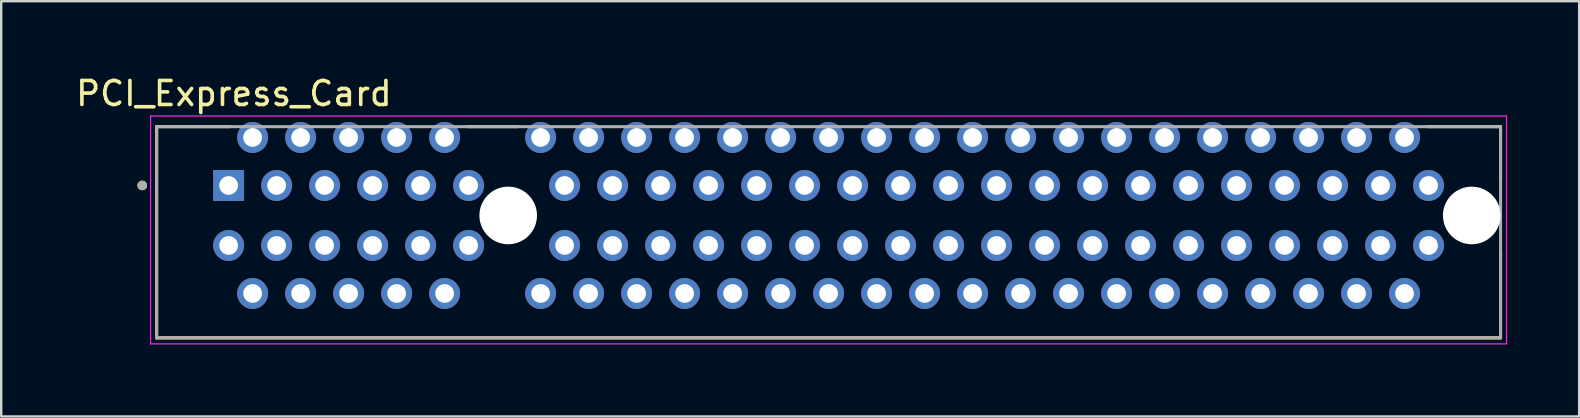
<source format=kicad_pcb>
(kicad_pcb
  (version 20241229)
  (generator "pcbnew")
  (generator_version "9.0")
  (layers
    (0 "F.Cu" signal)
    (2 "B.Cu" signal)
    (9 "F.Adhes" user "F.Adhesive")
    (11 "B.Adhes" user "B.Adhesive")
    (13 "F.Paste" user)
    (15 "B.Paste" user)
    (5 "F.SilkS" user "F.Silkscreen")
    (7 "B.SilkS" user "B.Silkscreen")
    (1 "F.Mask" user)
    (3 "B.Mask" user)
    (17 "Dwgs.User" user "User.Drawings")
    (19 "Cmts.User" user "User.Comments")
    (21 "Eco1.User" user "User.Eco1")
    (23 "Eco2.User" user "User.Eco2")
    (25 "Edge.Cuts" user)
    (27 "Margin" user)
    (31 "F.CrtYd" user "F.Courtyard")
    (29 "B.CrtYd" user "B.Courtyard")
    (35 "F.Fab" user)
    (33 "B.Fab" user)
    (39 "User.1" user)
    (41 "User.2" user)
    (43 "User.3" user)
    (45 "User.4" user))
  (footprint "PCI_Express_Card"
    (layer "F.Cu")
    (at 18.126 5.928)
    (property "Reference" "PCI_Express_Card" (at -11.43 -5.08 0) (layer "F.SilkS") (effects (font (size 1 1) (thickness 0.15))))
    (attr through_hole)
    (fp_line (start -14.65 -3.7) (end -11.614 -3.7) (stroke (width 0.127) (type solid)) (layer "F.SilkS"))
    (fp_line (start -14.65 5.1) (end -14.65 -3.7) (stroke (width 0.127) (type solid)) (layer "F.SilkS"))
    (fp_line (start -1.69 -3.7) (end 0.39 -3.7) (stroke (width 0.127) (type solid)) (layer "F.SilkS"))
    (fp_line (start 38.31 -3.7) (end 41.35 -3.7) (stroke (width 0.127) (type solid)) (layer "F.SilkS"))
    (fp_line (start 41.35 -3.7) (end 41.35 -1.52) (stroke (width 0.127) (type solid)) (layer "F.SilkS"))
    (fp_line (start 41.35 5.1) (end -14.65 5.1) (stroke (width 0.127) (type solid)) (layer "F.SilkS"))
    (fp_line (start 41.35 5.1) (end 41.35 1.52) (stroke (width 0.127) (type solid)) (layer "F.SilkS"))
    (fp_circle (center -15.25 -1.25) (end -15.15 -1.25) (stroke (width 0.2) (type solid)) (fill no) (layer "F.SilkS"))
    (fp_line (start -14.9 -4.144) (end -14.9 5.35) (stroke (width 0.05) (type solid)) (layer "F.CrtYd"))
    (fp_line (start -14.9 5.35) (end 41.6 5.35) (stroke (width 0.05) (type solid)) (layer "F.CrtYd"))
    (fp_line (start 41.6 -4.144) (end -14.9 -4.144) (stroke (width 0.05) (type solid)) (layer "F.CrtYd"))
    (fp_line (start 41.6 5.35) (end 41.6 -4.144) (stroke (width 0.05) (type solid)) (layer "F.CrtYd"))
    (fp_line (start -14.65 -3.7) (end 41.35 -3.7) (stroke (width 0.127) (type solid)) (layer "F.Fab"))
    (fp_line (start -14.65 5.1) (end -14.65 -3.7) (stroke (width 0.127) (type solid)) (layer "F.Fab"))
    (fp_line (start 41.35 -3.7) (end 41.35 5.1) (stroke (width 0.127) (type solid)) (layer "F.Fab"))
    (fp_line (start 41.35 5.1) (end -14.65 5.1) (stroke (width 0.127) (type solid)) (layer "F.Fab"))
    (fp_circle (center -15.25 -1.25) (end -15.15 -1.25) (stroke (width 0.2) (type solid)) (fill no) (layer "F.Fab"))
    (pad "" np_thru_hole circle (at 0 0) (size 2.4 2.4) (drill 2.4) (layers "*.Cu" "*.Mask"))
    (pad "" np_thru_hole circle (at 40.15 0) (size 2.4 2.4) (drill 2.4) (layers "*.Cu" "*.Mask"))
    (pad "A1" thru_hole rect (at -11.65 -1.25) (size 1.288 1.288) (drill 0.78) (layers "*.Cu" "*.Mask"))
    (pad "A2" thru_hole circle (at -10.65 -3.25) (size 1.288 1.288) (drill 0.78) (layers "*.Cu" "*.Mask"))
    (pad "A3" thru_hole circle (at -9.65 -1.25) (size 1.288 1.288) (drill 0.78) (layers "*.Cu" "*.Mask"))
    (pad "A4" thru_hole circle (at -8.65 -3.25) (size 1.288 1.288) (drill 0.78) (layers "*.Cu" "*.Mask"))
    (pad "A5" thru_hole circle (at -7.65 -1.25) (size 1.288 1.288) (drill 0.78) (layers "*.Cu" "*.Mask"))
    (pad "A6" thru_hole circle (at -6.65 -3.25) (size 1.288 1.288) (drill 0.78) (layers "*.Cu" "*.Mask"))
    (pad "A7" thru_hole circle (at -5.65 -1.25) (size 1.288 1.288) (drill 0.78) (layers "*.Cu" "*.Mask"))
    (pad "A8" thru_hole circle (at -4.65 -3.25) (size 1.288 1.288) (drill 0.78) (layers "*.Cu" "*.Mask"))
    (pad "A9" thru_hole circle (at -3.65 -1.25) (size 1.288 1.288) (drill 0.78) (layers "*.Cu" "*.Mask"))
    (pad "A10" thru_hole circle (at -2.65 -3.25) (size 1.288 1.288) (drill 0.78) (layers "*.Cu" "*.Mask"))
    (pad "A11" thru_hole circle (at -1.65 -1.25) (size 1.288 1.288) (drill 0.78) (layers "*.Cu" "*.Mask"))
    (pad "A12" thru_hole circle (at 1.35 -3.25) (size 1.288 1.288) (drill 0.78) (layers "*.Cu" "*.Mask"))
    (pad "A13" thru_hole circle (at 2.35 -1.25) (size 1.288 1.288) (drill 0.78) (layers "*.Cu" "*.Mask"))
    (pad "A14" thru_hole circle (at 3.35 -3.25) (size 1.288 1.288) (drill 0.78) (layers "*.Cu" "*.Mask"))
    (pad "A15" thru_hole circle (at 4.35 -1.25) (size 1.288 1.288) (drill 0.78) (layers "*.Cu" "*.Mask"))
    (pad "A16" thru_hole circle (at 5.35 -3.25) (size 1.288 1.288) (drill 0.78) (layers "*.Cu" "*.Mask"))
    (pad "A17" thru_hole circle (at 6.35 -1.25) (size 1.288 1.288) (drill 0.78) (layers "*.Cu" "*.Mask"))
    (pad "A18" thru_hole circle (at 7.35 -3.25) (size 1.288 1.288) (drill 0.78) (layers "*.Cu" "*.Mask"))
    (pad "A19" thru_hole circle (at 8.35 -1.25) (size 1.288 1.288) (drill 0.78) (layers "*.Cu" "*.Mask"))
    (pad "A20" thru_hole circle (at 9.35 -3.25) (size 1.288 1.288) (drill 0.78) (layers "*.Cu" "*.Mask"))
    (pad "A21" thru_hole circle (at 10.35 -1.25) (size 1.288 1.288) (drill 0.78) (layers "*.Cu" "*.Mask"))
    (pad "A22" thru_hole circle (at 11.35 -3.25) (size 1.288 1.288) (drill 0.78) (layers "*.Cu" "*.Mask"))
    (pad "A23" thru_hole circle (at 12.35 -1.25) (size 1.288 1.288) (drill 0.78) (layers "*.Cu" "*.Mask"))
    (pad "A24" thru_hole circle (at 13.35 -3.25) (size 1.288 1.288) (drill 0.78) (layers "*.Cu" "*.Mask"))
    (pad "A25" thru_hole circle (at 14.35 -1.25) (size 1.288 1.288) (drill 0.78) (layers "*.Cu" "*.Mask"))
    (pad "A26" thru_hole circle (at 15.35 -3.25) (size 1.288 1.288) (drill 0.78) (layers "*.Cu" "*.Mask"))
    (pad "A27" thru_hole circle (at 16.35 -1.25) (size 1.288 1.288) (drill 0.78) (layers "*.Cu" "*.Mask"))
    (pad "A28" thru_hole circle (at 17.35 -3.25) (size 1.288 1.288) (drill 0.78) (layers "*.Cu" "*.Mask"))
    (pad "A29" thru_hole circle (at 18.35 -1.25) (size 1.288 1.288) (drill 0.78) (layers "*.Cu" "*.Mask"))
    (pad "A30" thru_hole circle (at 19.35 -3.25) (size 1.288 1.288) (drill 0.78) (layers "*.Cu" "*.Mask"))
    (pad "A31" thru_hole circle (at 20.35 -1.25) (size 1.288 1.288) (drill 0.78) (layers "*.Cu" "*.Mask"))
    (pad "A32" thru_hole circle (at 21.35 -3.25) (size 1.288 1.288) (drill 0.78) (layers "*.Cu" "*.Mask"))
    (pad "A33" thru_hole circle (at 22.35 -1.25) (size 1.288 1.288) (drill 0.78) (layers "*.Cu" "*.Mask"))
    (pad "A34" thru_hole circle (at 23.35 -3.25) (size 1.288 1.288) (drill 0.78) (layers "*.Cu" "*.Mask"))
    (pad "A35" thru_hole circle (at 24.35 -1.25) (size 1.288 1.288) (drill 0.78) (layers "*.Cu" "*.Mask"))
    (pad "A36" thru_hole circle (at 25.35 -3.25) (size 1.288 1.288) (drill 0.78) (layers "*.Cu" "*.Mask"))
    (pad "A37" thru_hole circle (at 26.35 -1.25) (size 1.288 1.288) (drill 0.78) (layers "*.Cu" "*.Mask"))
    (pad "A38" thru_hole circle (at 27.35 -3.25) (size 1.288 1.288) (drill 0.78) (layers "*.Cu" "*.Mask"))
    (pad "A39" thru_hole circle (at 28.35 -1.25) (size 1.288 1.288) (drill 0.78) (layers "*.Cu" "*.Mask"))
    (pad "A40" thru_hole circle (at 29.35 -3.25) (size 1.288 1.288) (drill 0.78) (layers "*.Cu" "*.Mask"))
    (pad "A41" thru_hole circle (at 30.35 -1.25) (size 1.288 1.288) (drill 0.78) (layers "*.Cu" "*.Mask"))
    (pad "A42" thru_hole circle (at 31.35 -3.25) (size 1.288 1.288) (drill 0.78) (layers "*.Cu" "*.Mask"))
    (pad "A43" thru_hole circle (at 32.35 -1.25) (size 1.288 1.288) (drill 0.78) (layers "*.Cu" "*.Mask"))
    (pad "A44" thru_hole circle (at 33.35 -3.25) (size 1.288 1.288) (drill 0.78) (layers "*.Cu" "*.Mask"))
    (pad "A45" thru_hole circle (at 34.35 -1.25) (size 1.288 1.288) (drill 0.78) (layers "*.Cu" "*.Mask"))
    (pad "A46" thru_hole circle (at 35.35 -3.25) (size 1.288 1.288) (drill 0.78) (layers "*.Cu" "*.Mask"))
    (pad "A47" thru_hole circle (at 36.35 -1.25) (size 1.288 1.288) (drill 0.78) (layers "*.Cu" "*.Mask"))
    (pad "A48" thru_hole circle (at 37.35 -3.25) (size 1.288 1.288) (drill 0.78) (layers "*.Cu" "*.Mask"))
    (pad "A49" thru_hole circle (at 38.35 -1.25) (size 1.288 1.288) (drill 0.78) (layers "*.Cu" "*.Mask"))
    (pad "B1" thru_hole circle (at -11.65 1.25) (size 1.288 1.288) (drill 0.78) (layers "*.Cu" "*.Mask"))
    (pad "B2" thru_hole circle (at -10.65 3.25) (size 1.288 1.288) (drill 0.78) (layers "*.Cu" "*.Mask"))
    (pad "B3" thru_hole circle (at -9.65 1.25) (size 1.288 1.288) (drill 0.78) (layers "*.Cu" "*.Mask"))
    (pad "B4" thru_hole circle (at -8.65 3.25) (size 1.288 1.288) (drill 0.78) (layers "*.Cu" "*.Mask"))
    (pad "B5" thru_hole circle (at -7.65 1.25) (size 1.288 1.288) (drill 0.78) (layers "*.Cu" "*.Mask"))
    (pad "B6" thru_hole circle (at -6.65 3.25) (size 1.288 1.288) (drill 0.78) (layers "*.Cu" "*.Mask"))
    (pad "B7" thru_hole circle (at -5.65 1.25) (size 1.288 1.288) (drill 0.78) (layers "*.Cu" "*.Mask"))
    (pad "B8" thru_hole circle (at -4.65 3.25) (size 1.288 1.288) (drill 0.78) (layers "*.Cu" "*.Mask"))
    (pad "B9" thru_hole circle (at -3.65 1.25) (size 1.288 1.288) (drill 0.78) (layers "*.Cu" "*.Mask"))
    (pad "B10" thru_hole circle (at -2.65 3.25) (size 1.288 1.288) (drill 0.78) (layers "*.Cu" "*.Mask"))
    (pad "B11" thru_hole circle (at -1.65 1.25) (size 1.288 1.288) (drill 0.78) (layers "*.Cu" "*.Mask"))
    (pad "B12" thru_hole circle (at 1.35 3.25) (size 1.288 1.288) (drill 0.78) (layers "*.Cu" "*.Mask"))
    (pad "B13" thru_hole circle (at 2.35 1.25) (size 1.288 1.288) (drill 0.78) (layers "*.Cu" "*.Mask"))
    (pad "B14" thru_hole circle (at 3.35 3.25) (size 1.288 1.288) (drill 0.78) (layers "*.Cu" "*.Mask"))
    (pad "B15" thru_hole circle (at 4.35 1.25) (size 1.288 1.288) (drill 0.78) (layers "*.Cu" "*.Mask"))
    (pad "B16" thru_hole circle (at 5.35 3.25) (size 1.288 1.288) (drill 0.78) (layers "*.Cu" "*.Mask"))
    (pad "B17" thru_hole circle (at 6.35 1.25) (size 1.288 1.288) (drill 0.78) (layers "*.Cu" "*.Mask"))
    (pad "B18" thru_hole circle (at 7.35 3.25) (size 1.288 1.288) (drill 0.78) (layers "*.Cu" "*.Mask"))
    (pad "B19" thru_hole circle (at 8.35 1.25) (size 1.288 1.288) (drill 0.78) (layers "*.Cu" "*.Mask"))
    (pad "B20" thru_hole circle (at 9.35 3.25) (size 1.288 1.288) (drill 0.78) (layers "*.Cu" "*.Mask"))
    (pad "B21" thru_hole circle (at 10.35 1.25) (size 1.288 1.288) (drill 0.78) (layers "*.Cu" "*.Mask"))
    (pad "B22" thru_hole circle (at 11.35 3.25) (size 1.288 1.288) (drill 0.78) (layers "*.Cu" "*.Mask"))
    (pad "B23" thru_hole circle (at 12.35 1.25) (size 1.288 1.288) (drill 0.78) (layers "*.Cu" "*.Mask"))
    (pad "B24" thru_hole circle (at 13.35 3.25) (size 1.288 1.288) (drill 0.78) (layers "*.Cu" "*.Mask"))
    (pad "B25" thru_hole circle (at 14.35 1.25) (size 1.288 1.288) (drill 0.78) (layers "*.Cu" "*.Mask"))
    (pad "B26" thru_hole circle (at 15.35 3.25) (size 1.288 1.288) (drill 0.78) (layers "*.Cu" "*.Mask"))
    (pad "B27" thru_hole circle (at 16.35 1.25) (size 1.288 1.288) (drill 0.78) (layers "*.Cu" "*.Mask"))
    (pad "B28" thru_hole circle (at 17.35 3.25) (size 1.288 1.288) (drill 0.78) (layers "*.Cu" "*.Mask"))
    (pad "B29" thru_hole circle (at 18.35 1.25) (size 1.288 1.288) (drill 0.78) (layers "*.Cu" "*.Mask"))
    (pad "B30" thru_hole circle (at 19.35 3.25) (size 1.288 1.288) (drill 0.78) (layers "*.Cu" "*.Mask"))
    (pad "B31" thru_hole circle (at 20.35 1.25) (size 1.288 1.288) (drill 0.78) (layers "*.Cu" "*.Mask"))
    (pad "B32" thru_hole circle (at 21.35 3.25) (size 1.288 1.288) (drill 0.78) (layers "*.Cu" "*.Mask"))
    (pad "B33" thru_hole circle (at 22.35 1.25) (size 1.288 1.288) (drill 0.78) (layers "*.Cu" "*.Mask"))
    (pad "B34" thru_hole circle (at 23.35 3.25) (size 1.288 1.288) (drill 0.78) (layers "*.Cu" "*.Mask"))
    (pad "B35" thru_hole circle (at 24.35 1.25) (size 1.288 1.288) (drill 0.78) (layers "*.Cu" "*.Mask"))
    (pad "B36" thru_hole circle (at 25.35 3.25) (size 1.288 1.288) (drill 0.78) (layers "*.Cu" "*.Mask"))
    (pad "B37" thru_hole circle (at 26.35 1.25) (size 1.288 1.288) (drill 0.78) (layers "*.Cu" "*.Mask"))
    (pad "B38" thru_hole circle (at 27.35 3.25) (size 1.288 1.288) (drill 0.78) (layers "*.Cu" "*.Mask"))
    (pad "B39" thru_hole circle (at 28.35 1.25) (size 1.288 1.288) (drill 0.78) (layers "*.Cu" "*.Mask"))
    (pad "B40" thru_hole circle (at 29.35 3.25) (size 1.288 1.288) (drill 0.78) (layers "*.Cu" "*.Mask"))
    (pad "B41" thru_hole circle (at 30.35 1.25) (size 1.288 1.288) (drill 0.78) (layers "*.Cu" "*.Mask"))
    (pad "B42" thru_hole circle (at 31.35 3.25) (size 1.288 1.288) (drill 0.78) (layers "*.Cu" "*.Mask"))
    (pad "B43" thru_hole circle (at 32.35 1.25) (size 1.288 1.288) (drill 0.78) (layers "*.Cu" "*.Mask"))
    (pad "B44" thru_hole circle (at 33.35 3.25) (size 1.288 1.288) (drill 0.78) (layers "*.Cu" "*.Mask"))
    (pad "B45" thru_hole circle (at 34.35 1.25) (size 1.288 1.288) (drill 0.78) (layers "*.Cu" "*.Mask"))
    (pad "B46" thru_hole circle (at 35.35 3.25) (size 1.288 1.288) (drill 0.78) (layers "*.Cu" "*.Mask"))
    (pad "B47" thru_hole circle (at 36.35 1.25) (size 1.288 1.288) (drill 0.78) (layers "*.Cu" "*.Mask"))
    (pad "B48" thru_hole circle (at 37.35 3.25) (size 1.288 1.288) (drill 0.78) (layers "*.Cu" "*.Mask"))
    (pad "B49" thru_hole circle (at 38.35 1.25) (size 1.288 1.288) (drill 0.78) (layers "*.Cu" "*.Mask")))
  (gr_rect
    (start -3 -3)
    (end 62.751 14.303)
    (stroke (width 0.1) (type default))
    (fill no)
    (layer "Edge.Cuts")))
</source>
